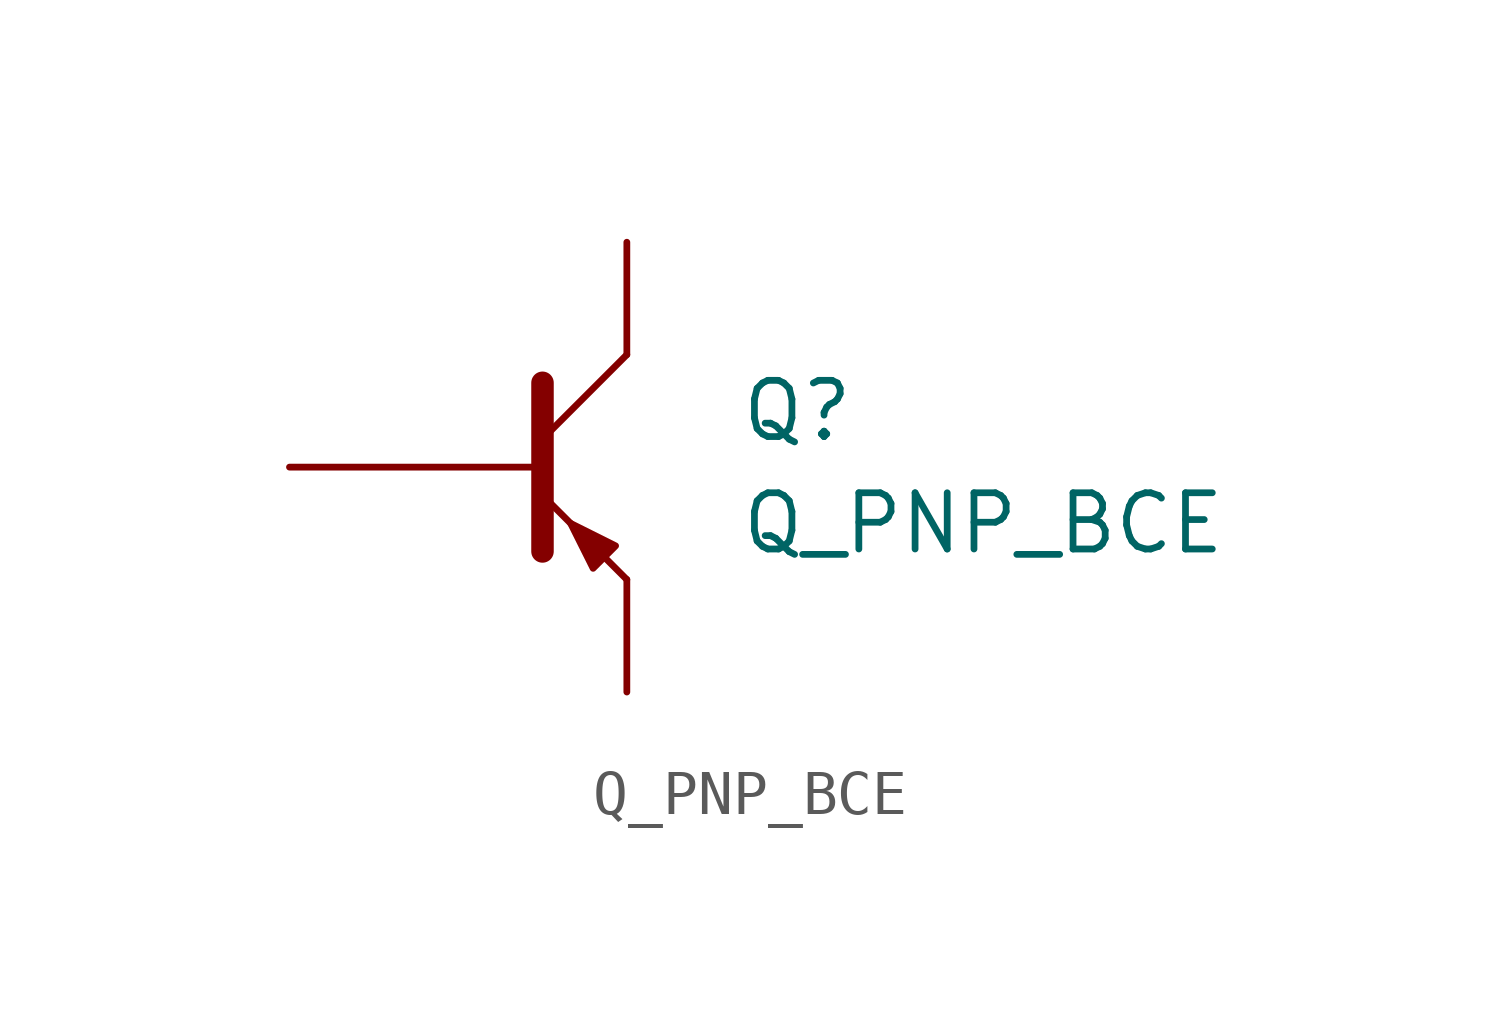
<source format=kicad_sym>
(kicad_symbol_lib
  (version 20231120)
  (generator "kicad_symbol_editor")
  (generator_version "8.0")
  (symbol "Q_PNP_BCE"
    (pin_numbers hide)
    (pin_names
      (offset 0) hide)
    (property "Reference" "Q"
      (at 5.08 1.27 0)
      (effects (font (size 1.27 1.27)) (justify left)))
    (property "Value" "Q_PNP_BCE"
      (at 5.08 -1.27 0)
      (effects (font (size 1.27 1.27)) (justify left)))
    (symbol "Q_PNP_BCE_0_1"
      (polyline (pts (xy 0.635 0.635) (xy 2.54 2.54)) (stroke (width 0) (type solid)) (fill (type none)))
      (polyline (pts (xy 0.635 -0.635) (xy 2.54 -2.54) (xy 2.54 -2.54)) (stroke (width 0) (type solid)) (fill (type none)))
      (polyline (pts (xy 0.635 1.905) (xy 0.635 -1.905) (xy 0.635 -1.905)) (stroke (width 0.508) (type solid)) (fill (type none)))
      (polyline (pts (xy 2.286 -1.778) (xy 1.778 -2.286) (xy 1.27 -1.27) (xy 2.286 -1.778) (xy 2.286 -1.778)) (stroke (width 0) (type solid)) (fill (type outline))))
    (symbol "Q_PNP_BCE_1_1"
      (pin input line (at -5.08 0 0) (length 5.715) (name "B" (effects (font (size 1.27 1.27)))) (number "1" (effects (font (size 1.27 1.27)))))
      (pin passive line (at 2.54 5.08 270) (length 2.54) (name "C" (effects (font (size 1.27 1.27)))) (number "2" (effects (font (size 1.27 1.27)))))
      (pin passive line (at 2.54 -5.08 90) (length 2.54) (name "E" (effects (font (size 1.27 1.27)))) (number "3" (effects (font (size 1.27 1.27))))))))
</source>
